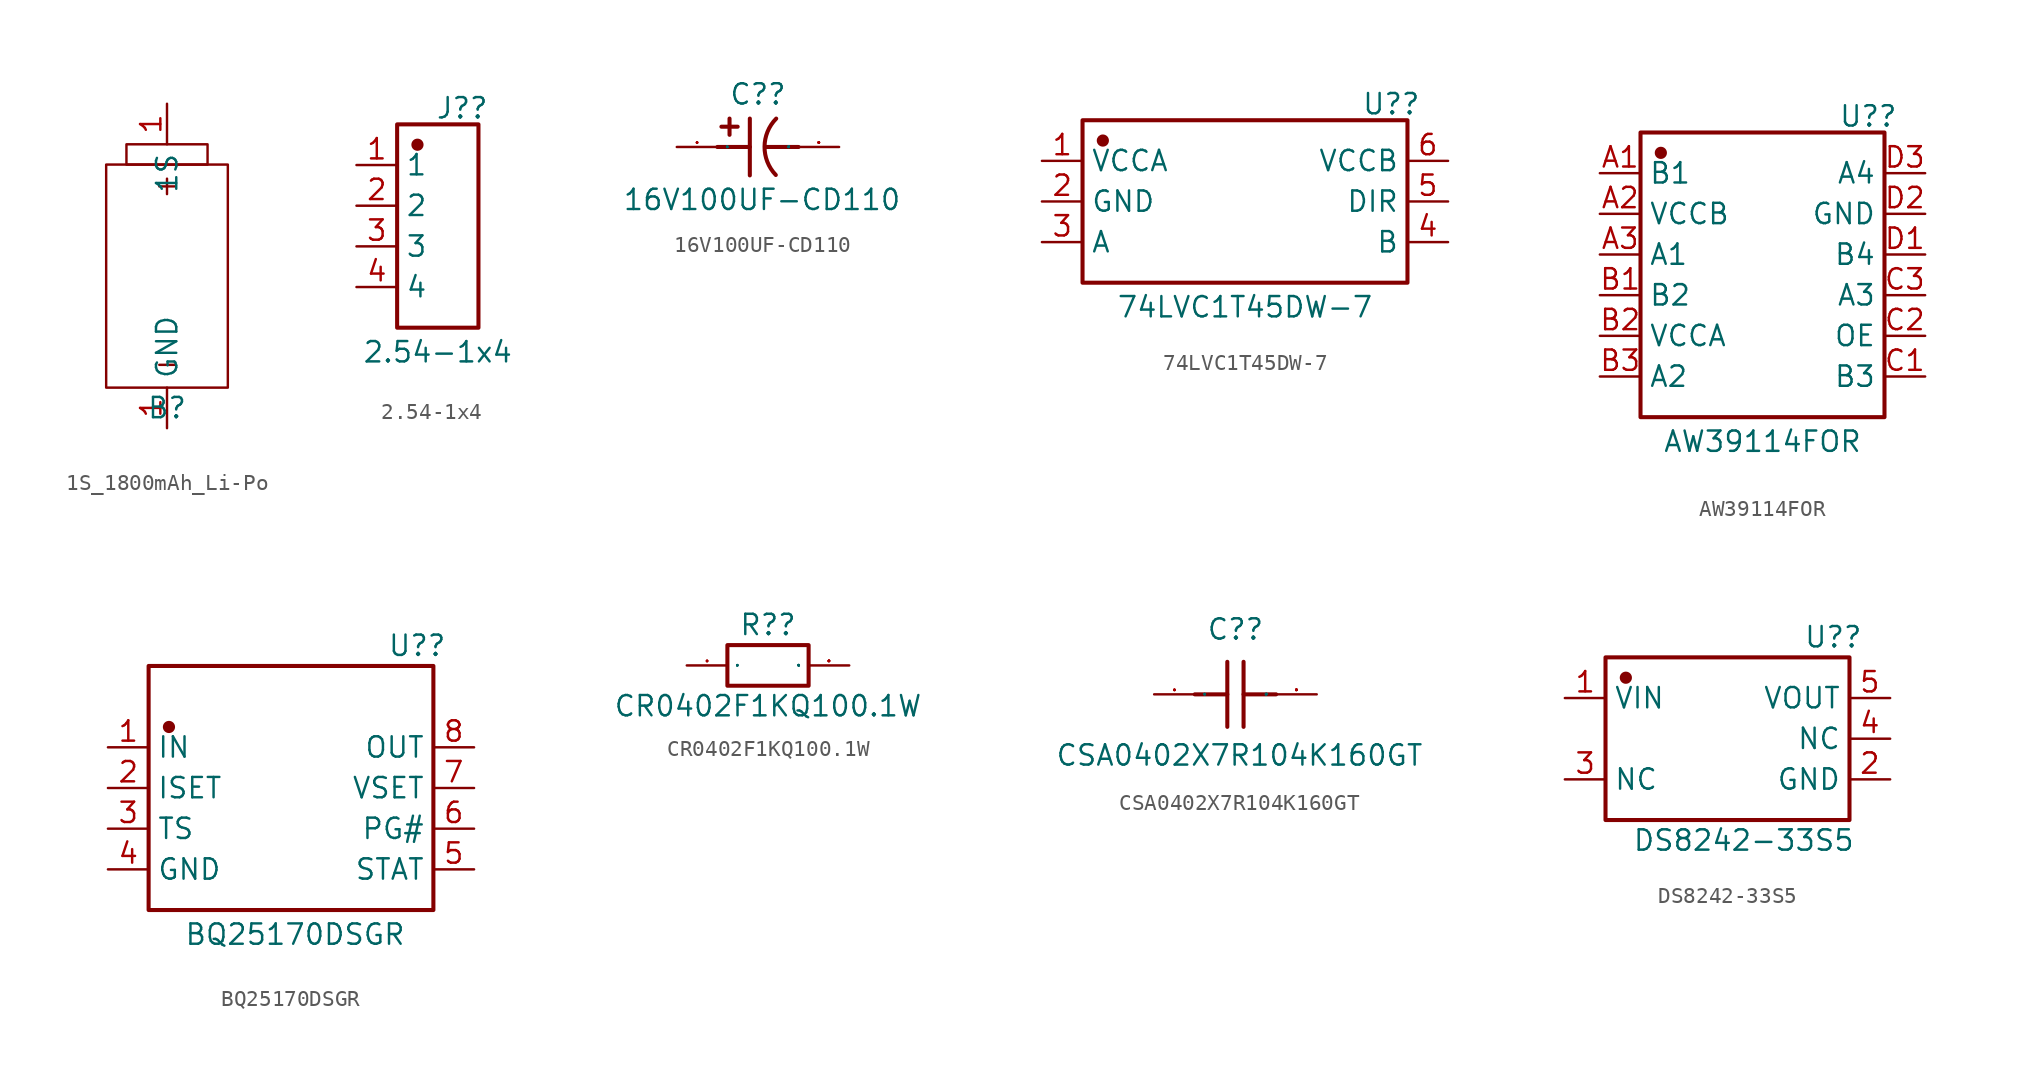
<source format=kicad_sym>
(kicad_symbol_lib
  (version 20231120)
  (generator "kicad_symbol_editor")
  (generator_version "8.0")
  (symbol "1S_1800mAh_Li-Po"
    (property "Reference" "B"
      (at 0 0 0)
      (effects (font (size 1.27 1.27))))
    (property "Value" ""
      (at 0 2.54 0)
      (effects (font (size 1.27 1.27))))
    (symbol "1S_1800mAh_Li-Po_0_1"
      (rectangle (start -3.81 15.24) (end 3.81 1.27) (stroke (width 0) (type default)) (fill (type none)))
      (rectangle (start -2.54 16.51) (end 2.54 15.24) (stroke (width 0) (type default)) (fill (type none))))
    (symbol "1S_1800mAh_Li-Po_1_1"
      (text "+" (at 0 13.97 0) (effects (font (size 1.27 1.27))))
      (text "-" (at 0 2.794 0) (effects (font (size 1.27 1.27))))
      (pin bidirectional line (at 0 19.05 270) (length 2.54) (name "1S" (effects (font (size 1.27 1.27)))) (number "1" (effects (font (size 1.27 1.27)))))
      (pin bidirectional line (at 0 -1.27 90) (length 2.54) (name "GND" (effects (font (size 1.27 1.27)))) (number "1" (effects (font (size 1.27 1.27)))))))
  (symbol "2.54-1x4"
    (property "Reference" "J?"
      (at 1.524 7.366 0)
      (effects (font (size 1.27 1.27))))
    (property "Value" "2.54-1x4"
      (at 0 -7.874 0)
      (effects (font (size 1.27 1.27))))
    (symbol "2.54-1x4_0_0"
      (rectangle (start -2.54 6.35) (end 2.54 -6.35) (stroke (width 0.254) (type solid)) (fill (type none)))
      (circle (center -1.27 5.08) (radius 0.254) (stroke (width 0.254) (type solid)) (fill (type outline)))
      (pin unspecified line (at -5.08 3.81 0) (length 2.54) (name "1" (effects (font (size 1.27 1.27)))) (number "1" (effects (font (size 1.27 1.27)))))
      (pin unspecified line (at -5.08 1.27 0) (length 2.54) (name "2" (effects (font (size 1.27 1.27)))) (number "2" (effects (font (size 1.27 1.27)))))
      (pin unspecified line (at -5.08 -1.27 0) (length 2.54) (name "3" (effects (font (size 1.27 1.27)))) (number "3" (effects (font (size 1.27 1.27)))))
      (pin unspecified line (at -5.08 -3.81 0) (length 2.54) (name "4" (effects (font (size 1.27 1.27)))) (number "4" (effects (font (size 1.27 1.27)))))))
  (symbol "16V100UF-CD110"
    (property "Reference" "C?"
      (at 0 3.302 0)
      (effects (font (size 1.27 1.27))))
    (property "Value" "16V100UF-CD110"
      (at 0.254 -3.302 0)
      (effects (font (size 1.27 1.27))))
    (symbol "16V100UF-CD110_0_0"
      (polyline (pts (xy -2.54 0) (xy -0.508 0)) (stroke (width 0.254) (type solid)) (fill (type none)))
      (polyline (pts (xy -2.286 1.27) (xy -1.27 1.27)) (stroke (width 0.254) (type solid)) (fill (type none)))
      (polyline (pts (xy -1.778 1.778) (xy -1.778 0.762)) (stroke (width 0.254) (type solid)) (fill (type none)))
      (polyline (pts (xy -0.508 1.778) (xy -0.508 -1.778)) (stroke (width 0.254) (type solid)) (fill (type none)))
      (polyline (pts (xy 0.508 0) (xy 2.54 0)) (stroke (width 0.254) (type solid)) (fill (type none)))
      (arc (start 1.143 1.778) (mid 0.4135 0.0178) (end 1.1176 -1.7526) (stroke (width 0.254) (type solid)) (fill (type none)))
      (pin input line (at -5.08 0 0) (length 2.54) (name "1" (effects (font (size 0.025 0.025)))) (number "1" (effects (font (size 0.025 0.025)))))
      (pin input line (at 5.08 0 180) (length 2.54) (name "2" (effects (font (size 0.025 0.025)))) (number "2" (effects (font (size 0.025 0.025)))))))
  (symbol "74LVC1T45DW-7"
    (property "Reference" "U?"
      (at 9.144 6.096 0)
      (effects (font (size 1.27 1.27))))
    (property "Value" "74LVC1T45DW-7"
      (at 0 -6.604 0)
      (effects (font (size 1.27 1.27))))
    (symbol "74LVC1T45DW-7_0_0"
      (rectangle (start -10.16 5.08) (end 10.16 -5.08) (stroke (width 0.254) (type solid)) (fill (type none)))
      (circle (center -8.89 3.81) (radius 0.254) (stroke (width 0.254) (type solid)) (fill (type outline)))
      (pin unspecified line (at -12.7 2.54 0) (length 2.54) (name "VCCA" (effects (font (size 1.27 1.27)))) (number "1" (effects (font (size 1.27 1.27)))))
      (pin unspecified line (at -12.7 0 0) (length 2.54) (name "GND" (effects (font (size 1.27 1.27)))) (number "2" (effects (font (size 1.27 1.27)))))
      (pin unspecified line (at -12.7 -2.54 0) (length 2.54) (name "A" (effects (font (size 1.27 1.27)))) (number "3" (effects (font (size 1.27 1.27)))))
      (pin unspecified line (at 12.7 -2.54 180) (length 2.54) (name "B" (effects (font (size 1.27 1.27)))) (number "4" (effects (font (size 1.27 1.27)))))
      (pin unspecified line (at 12.7 0 180) (length 2.54) (name "DIR" (effects (font (size 1.27 1.27)))) (number "5" (effects (font (size 1.27 1.27)))))
      (pin unspecified line (at 12.7 2.54 180) (length 2.54) (name "VCCB" (effects (font (size 1.27 1.27)))) (number "6" (effects (font (size 1.27 1.27)))))))
  (symbol "AW39114FOR"
    (property "Reference" "U?"
      (at 6.604 9.906 0)
      (effects (font (size 1.27 1.27))))
    (property "Value" "AW39114FOR"
      (at 0 -10.414 0)
      (effects (font (size 1.27 1.27))))
    (symbol "AW39114FOR_0_0"
      (rectangle (start -7.62 8.89) (end 7.62 -8.89) (stroke (width 0.254) (type solid)) (fill (type none)))
      (circle (center -6.35 7.62) (radius 0.254) (stroke (width 0.254) (type solid)) (fill (type outline)))
      (pin unspecified line (at -10.16 6.35 0) (length 2.54) (name "B1" (effects (font (size 1.27 1.27)))) (number "A1" (effects (font (size 1.27 1.27)))))
      (pin unspecified line (at -10.16 3.81 0) (length 2.54) (name "VCCB" (effects (font (size 1.27 1.27)))) (number "A2" (effects (font (size 1.27 1.27)))))
      (pin unspecified line (at -10.16 1.27 0) (length 2.54) (name "A1" (effects (font (size 1.27 1.27)))) (number "A3" (effects (font (size 1.27 1.27)))))
      (pin unspecified line (at -10.16 -1.27 0) (length 2.54) (name "B2" (effects (font (size 1.27 1.27)))) (number "B1" (effects (font (size 1.27 1.27)))))
      (pin unspecified line (at -10.16 -3.81 0) (length 2.54) (name "VCCA" (effects (font (size 1.27 1.27)))) (number "B2" (effects (font (size 1.27 1.27)))))
      (pin unspecified line (at -10.16 -6.35 0) (length 2.54) (name "A2" (effects (font (size 1.27 1.27)))) (number "B3" (effects (font (size 1.27 1.27)))))
      (pin unspecified line (at 10.16 -6.35 180) (length 2.54) (name "B3" (effects (font (size 1.27 1.27)))) (number "C1" (effects (font (size 1.27 1.27)))))
      (pin unspecified line (at 10.16 -3.81 180) (length 2.54) (name "OE" (effects (font (size 1.27 1.27)))) (number "C2" (effects (font (size 1.27 1.27)))))
      (pin unspecified line (at 10.16 -1.27 180) (length 2.54) (name "A3" (effects (font (size 1.27 1.27)))) (number "C3" (effects (font (size 1.27 1.27)))))
      (pin unspecified line (at 10.16 1.27 180) (length 2.54) (name "B4" (effects (font (size 1.27 1.27)))) (number "D1" (effects (font (size 1.27 1.27)))))
      (pin unspecified line (at 10.16 3.81 180) (length 2.54) (name "GND" (effects (font (size 1.27 1.27)))) (number "D2" (effects (font (size 1.27 1.27)))))
      (pin unspecified line (at 10.16 6.35 180) (length 2.54) (name "A4" (effects (font (size 1.27 1.27)))) (number "D3" (effects (font (size 1.27 1.27)))))))
  (symbol "BQ25170DSGR"
    (property "Reference" "U?"
      (at 7.874 8.89 0)
      (effects (font (size 1.27 1.27))))
    (property "Value" "BQ25170DSGR"
      (at 0.254 -9.144 0)
      (effects (font (size 1.27 1.27))))
    (symbol "BQ25170DSGR_0_0"
      (rectangle (start -8.89 7.62) (end 8.89 -7.62) (stroke (width 0.254) (type solid)) (fill (type none)))
      (circle (center -7.62 3.81) (radius 0.254) (stroke (width 0.254) (type solid)) (fill (type outline)))
      (pin unspecified line (at -11.43 2.54 0) (length 2.54) (name "IN" (effects (font (size 1.27 1.27)))) (number "1" (effects (font (size 1.27 1.27)))))
      (pin unspecified line (at -11.43 0 0) (length 2.54) (name "ISET" (effects (font (size 1.27 1.27)))) (number "2" (effects (font (size 1.27 1.27)))))
      (pin unspecified line (at -11.43 -2.54 0) (length 2.54) (name "TS" (effects (font (size 1.27 1.27)))) (number "3" (effects (font (size 1.27 1.27)))))
      (pin unspecified line (at -11.43 -5.08 0) (length 2.54) (name "GND" (effects (font (size 1.27 1.27)))) (number "4" (effects (font (size 1.27 1.27)))))
      (pin unspecified line (at 11.43 -5.08 180) (length 2.54) (name "STAT" (effects (font (size 1.27 1.27)))) (number "5" (effects (font (size 1.27 1.27)))))
      (pin unspecified line (at 11.43 -2.54 180) (length 2.54) (name "PG#" (effects (font (size 1.27 1.27)))) (number "6" (effects (font (size 1.27 1.27)))))
      (pin unspecified line (at 11.43 0 180) (length 2.54) (name "VSET" (effects (font (size 1.27 1.27)))) (number "7" (effects (font (size 1.27 1.27)))))
      (pin unspecified line (at 11.43 2.54 180) (length 2.54) (name "OUT" (effects (font (size 1.27 1.27)))) (number "8" (effects (font (size 1.27 1.27)))))))
  (symbol "CR0402F1KQ100.1W"
    (property "Reference" "R?"
      (at 0 2.54 0)
      (effects (font (size 1.27 1.27))))
    (property "Value" "CR0402F1KQ100.1W"
      (at 0 -2.54 0)
      (effects (font (size 1.27 1.27))))
    (symbol "CR0402F1KQ100.1W_0_0"
      (rectangle (start -2.54 1.27) (end 2.54 -1.27) (stroke (width 0.254) (type solid)) (fill (type none)))
      (pin unspecified line (at -5.08 0 0) (length 2.54) (name "1" (effects (font (size 0.025 0.025)))) (number "1" (effects (font (size 0.025 0.025)))))
      (pin unspecified line (at 5.08 0 180) (length 2.54) (name "2" (effects (font (size 0.025 0.025)))) (number "2" (effects (font (size 0.025 0.025)))))))
  (symbol "CSA0402X7R104K160GT"
    (property "Reference" "C?"
      (at 0 4.064 0)
      (effects (font (size 1.27 1.27))))
    (property "Value" "CSA0402X7R104K160GT"
      (at 0.254 -3.81 0)
      (effects (font (size 1.27 1.27))))
    (symbol "CSA0402X7R104K160GT_0_0"
      (polyline (pts (xy -0.508 -2.032) (xy -0.508 2.032)) (stroke (width 0.254) (type solid)) (fill (type none)))
      (polyline (pts (xy -0.508 0) (xy -2.54 0)) (stroke (width 0.254) (type solid)) (fill (type none)))
      (polyline (pts (xy 0.508 2.032) (xy 0.508 -2.032)) (stroke (width 0.254) (type solid)) (fill (type none)))
      (polyline (pts (xy 2.54 0) (xy 0.508 0)) (stroke (width 0.254) (type solid)) (fill (type none)))
      (pin unspecified line (at -5.08 0 0) (length 2.54) (name "1" (effects (font (size 0.025 0.025)))) (number "1" (effects (font (size 0.025 0.025)))))
      (pin unspecified line (at 5.08 0 180) (length 2.54) (name "2" (effects (font (size 0.025 0.025)))) (number "2" (effects (font (size 0.025 0.025)))))))
  (symbol "DS8242-33S5"
    (property "Reference" "U?"
      (at 6.604 6.35 0)
      (effects (font (size 1.27 1.27))))
    (property "Value" "DS8242-33S5"
      (at 1.016 -6.35 0)
      (effects (font (size 1.27 1.27))))
    (symbol "DS8242-33S5_0_0"
      (rectangle (start -7.62 5.08) (end 7.62 -5.08) (stroke (width 0.254) (type solid)) (fill (type none)))
      (circle (center -6.35 3.81) (radius 0.254) (stroke (width 0.254) (type solid)) (fill (type outline)))
      (pin unspecified line (at -10.16 2.54 0) (length 2.54) (name "VIN" (effects (font (size 1.27 1.27)))) (number "1" (effects (font (size 1.27 1.27)))))
      (pin unspecified line (at 10.16 -2.54 180) (length 2.54) (name "GND" (effects (font (size 1.27 1.27)))) (number "2" (effects (font (size 1.27 1.27)))))
      (pin unspecified line (at -10.16 -2.54 0) (length 2.54) (name "NC" (effects (font (size 1.27 1.27)))) (number "3" (effects (font (size 1.27 1.27)))))
      (pin unspecified line (at 10.16 0 180) (length 2.54) (name "NC" (effects (font (size 1.27 1.27)))) (number "4" (effects (font (size 1.27 1.27)))))
      (pin unspecified line (at 10.16 2.54 180) (length 2.54) (name "VOUT" (effects (font (size 1.27 1.27)))) (number "5" (effects (font (size 1.27 1.27))))))))
</source>
